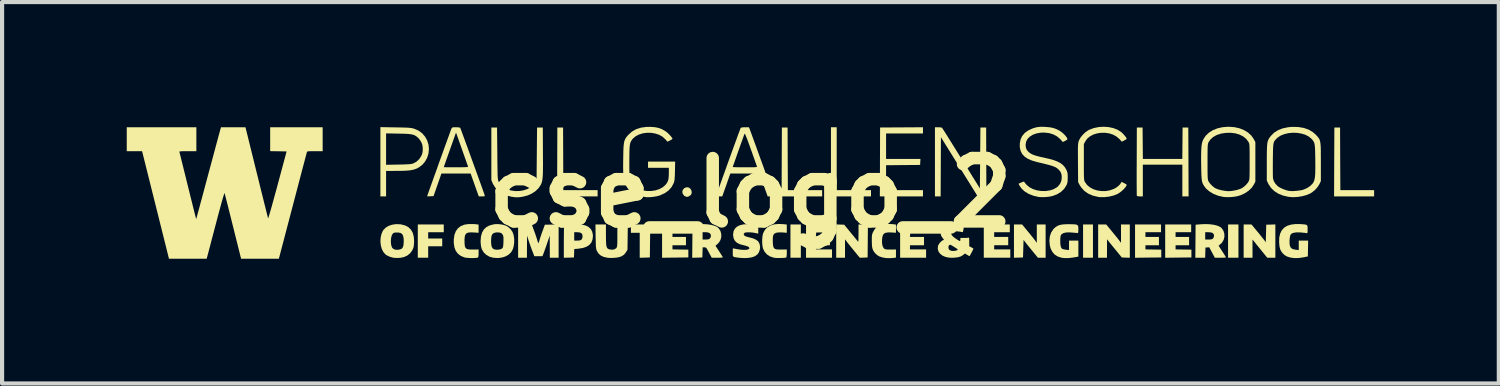
<source format=kicad_pcb>
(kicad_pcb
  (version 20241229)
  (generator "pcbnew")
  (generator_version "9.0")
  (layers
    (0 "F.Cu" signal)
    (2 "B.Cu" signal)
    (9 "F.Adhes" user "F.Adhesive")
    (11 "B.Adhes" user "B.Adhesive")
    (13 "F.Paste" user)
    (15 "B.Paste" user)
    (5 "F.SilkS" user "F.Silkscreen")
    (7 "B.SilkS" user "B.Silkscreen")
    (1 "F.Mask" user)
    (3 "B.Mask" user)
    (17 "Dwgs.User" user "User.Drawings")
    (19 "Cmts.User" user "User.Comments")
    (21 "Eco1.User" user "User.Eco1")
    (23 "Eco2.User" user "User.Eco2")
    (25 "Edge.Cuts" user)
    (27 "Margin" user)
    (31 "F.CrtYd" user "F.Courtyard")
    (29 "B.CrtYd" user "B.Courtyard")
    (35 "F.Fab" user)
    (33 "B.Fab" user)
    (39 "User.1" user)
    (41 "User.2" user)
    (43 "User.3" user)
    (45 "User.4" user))
  (footprint "cse_logo_2"
    (layer "F.Cu")
    (at 15.007 1.588)
    (property "Reference" "cse_logo_2" (at 0 0 0) (layer "F.SilkS") (effects (font (size 1.524 1.524) (thickness 0.3))))
    (attr board_only exclude_from_pos_files exclude_from_bom)
    (fp_poly (pts (xy 1.213 1.563) (xy 0.963 1.563) (xy 0.963 0.763) (xy 1.213 0.763)) (stroke (width 0) (type solid)) (fill yes) (layer "F.SilkS"))
    (fp_poly (pts (xy 8.242 1.563) (xy 8.004 1.563) (xy 8.004 0.763) (xy 8.242 0.763)) (stroke (width 0) (type solid)) (fill yes) (layer "F.SilkS"))
    (fp_poly (pts (xy 11.743 1.563) (xy 11.493 1.563) (xy 11.493 0.763) (xy 11.743 0.763)) (stroke (width 0) (type solid)) (fill yes) (layer "F.SilkS"))
    (fp_poly (pts (xy 2.076 -0.063) (xy 2.901 -0.063) (xy 2.901 0.088) (xy 1.938 0.088) (xy 1.938 -1.576) (xy 2.076 -1.576)) (stroke (width 0) (type solid)) (fill yes) (layer "F.SilkS"))
    (fp_poly (pts (xy 0.897 -0.816) (xy 0.901 -0.063) (xy 1.726 -0.063) (xy 1.726 0.088) (xy 0.75 0.088) (xy 0.753 -0.741) (xy 0.757 -1.57) (xy 0.894 -1.57)) (stroke (width 0) (type solid)) (fill yes) (layer "F.SilkS"))
    (fp_poly (pts (xy 14.191 -0.816) (xy 14.195 -0.063) (xy 15.007 -0.063) (xy 15.007 0.088) (xy 14.044 0.088) (xy 14.047 -0.741) (xy 14.051 -1.57) (xy 14.188 -1.57)) (stroke (width 0) (type solid)) (fill yes) (layer "F.SilkS"))
    (fp_poly (pts (xy -7.379 0.95) (xy -7.754 0.95) (xy -7.754 1.101) (xy -7.416 1.101) (xy -7.416 1.288) (xy -7.754 1.288) (xy -7.754 1.563) (xy -8.004 1.563) (xy -8.004 0.763) (xy -7.379 0.763)) (stroke (width 0) (type solid)) (fill yes) (layer "F.SilkS"))
    (fp_poly (pts (xy -2.204 0.86) (xy -2.207 0.957) (xy -2.31 0.96) (xy -2.413 0.964) (xy -2.42 1.557) (xy -2.542 1.561) (xy -2.664 1.564) (xy -2.664 0.963) (xy -2.876 0.963) (xy -2.876 0.763) (xy -2.2 0.763)) (stroke (width 0) (type solid)) (fill yes) (layer "F.SilkS"))
    (fp_poly (pts (xy 1.957 0.769) (xy 1.965 0.95) (xy 1.582 0.957) (xy 1.574 1.063) (xy 1.913 1.063) (xy 1.913 1.263) (xy 1.576 1.263) (xy 1.576 1.363) (xy 1.963 1.363) (xy 1.963 1.563) (xy 1.338 1.563) (xy 1.338 0.762)) (stroke (width 0) (type solid)) (fill yes) (layer "F.SilkS"))
    (fp_poly (pts (xy 4.221 0.769) (xy 4.228 0.95) (xy 3.846 0.957) (xy 3.838 1.063) (xy 4.177 1.063) (xy 4.177 1.263) (xy 3.839 1.263) (xy 3.839 1.363) (xy 4.227 1.363) (xy 4.227 1.563) (xy 3.602 1.563) (xy 3.602 0.762)) (stroke (width 0) (type solid)) (fill yes) (layer "F.SilkS"))
    (fp_poly (pts (xy 6.241 0.95) (xy 5.865 0.95) (xy 5.865 1.063) (xy 6.203 1.063) (xy 6.203 1.263) (xy 5.865 1.263) (xy 5.865 1.363) (xy 6.253 1.363) (xy 6.253 1.563) (xy 5.615 1.563) (xy 5.615 0.763) (xy 6.241 0.763)) (stroke (width 0) (type solid)) (fill yes) (layer "F.SilkS"))
    (fp_poly (pts (xy -1.501 0.95) (xy -1.876 0.95) (xy -1.876 1.063) (xy -1.551 1.063) (xy -1.551 1.263) (xy -1.876 1.263) (xy -1.876 1.363) (xy -1.494 1.369) (xy -1.494 1.557) (xy -1.81 1.56) (xy -2.126 1.564) (xy -2.126 0.763) (xy -1.501 0.763)) (stroke (width 0) (type solid)) (fill yes) (layer "F.SilkS"))
    (fp_poly (pts (xy 10.605 0.95) (xy 10.23 0.95) (xy 10.23 1.063) (xy 10.555 1.063) (xy 10.555 1.263) (xy 10.23 1.263) (xy 10.23 1.363) (xy 10.611 1.369) (xy 10.611 1.557) (xy 10.296 1.56) (xy 9.98 1.564) (xy 9.98 0.763) (xy 10.605 0.763)) (stroke (width 0) (type solid)) (fill yes) (layer "F.SilkS"))
    (fp_poly (pts (xy 9.88 0.95) (xy 9.505 0.95) (xy 9.505 1.063) (xy 9.83 1.063) (xy 9.83 1.263) (xy 9.505 1.263) (xy 9.505 1.363) (xy 9.695 1.366) (xy 9.886 1.369) (xy 9.886 1.557) (xy 9.57 1.56) (xy 9.255 1.564) (xy 9.255 0.763) (xy 9.88 0.763)) (stroke (width 0) (type solid)) (fill yes) (layer "F.SilkS"))
    (fp_poly (pts (xy 4.152 -1.426) (xy 3.264 -1.426) (xy 3.264 -0.813) (xy 4.091 -0.813) (xy 4.087 -0.741) (xy 4.083 -0.669) (xy 3.674 -0.666) (xy 3.264 -0.662) (xy 3.264 -0.063) (xy 4.152 -0.063) (xy 4.152 0.088) (xy 3.114 0.088) (xy 3.117 -0.741) (xy 3.12 -1.57) (xy 3.636 -1.573) (xy 4.152 -1.576)) (stroke (width 0) (type solid)) (fill yes) (layer "F.SilkS"))
    (fp_poly (pts (xy -1.481 -0.124) (xy -1.444 -0.097) (xy -1.42 -0.055) (xy -1.413 -0.012) (xy -1.418 0.026) (xy -1.438 0.055) (xy -1.452 0.068) (xy -1.499 0.095) (xy -1.545 0.098) (xy -1.589 0.075) (xy -1.602 0.063) (xy -1.632 0.019) (xy -1.639 -0.029) (xy -1.625 -0.074) (xy -1.589 -0.111) (xy -1.574 -0.119) (xy -1.526 -0.133)) (stroke (width 0) (type solid)) (fill yes) (layer "F.SilkS"))
    (fp_poly (pts (xy 12.631 1.563) (xy 12.436 1.563) (xy 12.362 1.473) (xy 12.324 1.426) (xy 12.276 1.367) (xy 12.226 1.305) (xy 12.184 1.254) (xy 12.081 1.125) (xy 12.081 1.563) (xy 11.868 1.563) (xy 11.868 0.763) (xy 12.056 0.763) (xy 12.204 0.941) (xy 12.253 1) (xy 12.297 1.056) (xy 12.335 1.103) (xy 12.362 1.138) (xy 12.376 1.156) (xy 12.4 1.193) (xy 12.412 0.769) (xy 12.522 0.766) (xy 12.631 0.762)) (stroke (width 0) (type solid)) (fill yes) (layer "F.SilkS"))
    (fp_poly (pts (xy 6.673 0.928) (xy 6.722 0.987) (xy 6.768 1.044) (xy 6.808 1.094) (xy 6.838 1.133) (xy 6.85 1.149) (xy 6.891 1.205) (xy 6.891 0.763) (xy 7.103 0.763) (xy 7.103 1.563) (xy 6.917 1.563) (xy 6.782 1.398) (xy 6.734 1.339) (xy 6.688 1.283) (xy 6.649 1.235) (xy 6.621 1.198) (xy 6.609 1.183) (xy 6.572 1.134) (xy 6.559 1.557) (xy 6.45 1.561) (xy 6.341 1.564) (xy 6.341 0.763) (xy 6.537 0.763)) (stroke (width 0) (type solid)) (fill yes) (layer "F.SilkS"))
    (fp_poly (pts (xy 8.692 0.922) (xy 8.74 0.981) (xy 8.787 1.038) (xy 8.828 1.089) (xy 8.859 1.129) (xy 8.87 1.143) (xy 8.917 1.205) (xy 8.917 0.763) (xy 9.129 0.763) (xy 9.129 1.564) (xy 9.033 1.561) (xy 8.936 1.557) (xy 8.786 1.374) (xy 8.737 1.314) (xy 8.691 1.258) (xy 8.652 1.21) (xy 8.623 1.174) (xy 8.608 1.155) (xy 8.581 1.119) (xy 8.579 1.563) (xy 8.367 1.563) (xy 8.367 0.763) (xy 8.561 0.763)) (stroke (width 0) (type solid)) (fill yes) (layer "F.SilkS"))
    (fp_poly (pts (xy -4.505 -0.816) (xy -4.502 -0.063) (xy -3.677 -0.063) (xy -3.677 0.088) (xy -4.159 0.088) (xy -4.287 0.087) (xy -4.393 0.087) (xy -4.477 0.086) (xy -4.542 0.084) (xy -4.59 0.082) (xy -4.622 0.079) (xy -4.64 0.076) (xy -4.647 0.072) (xy -4.648 0.057) (xy -4.648 0.019) (xy -4.649 -0.039) (xy -4.65 -0.116) (xy -4.65 -0.21) (xy -4.65 -0.318) (xy -4.65 -0.438) (xy -4.65 -0.569) (xy -4.649 -0.707) (xy -4.649 -0.757) (xy -4.646 -1.57) (xy -4.508 -1.57)) (stroke (width 0) (type solid)) (fill yes) (layer "F.SilkS"))
    (fp_poly (pts (xy 4.562 -1.574) (xy 4.596 -1.569) (xy 4.611 -1.562) (xy 4.619 -1.55) (xy 4.64 -1.518) (xy 4.672 -1.468) (xy 4.714 -1.402) (xy 4.764 -1.322) (xy 4.822 -1.229) (xy 4.886 -1.126) (xy 4.956 -1.014) (xy 5.03 -0.895) (xy 5.073 -0.827) (xy 5.521 -0.105) (xy 5.534 -1.57) (xy 5.672 -1.57) (xy 5.675 -0.741) (xy 5.678 0.088) (xy 5.469 0.088) (xy 5.026 -0.625) (xy 4.584 -1.337) (xy 4.577 0.088) (xy 4.44 0.088) (xy 4.44 -1.576) (xy 4.518 -1.576)) (stroke (width 0) (type solid)) (fill yes) (layer "F.SilkS"))
    (fp_poly (pts (xy 9.443 -0.813) (xy 10.392 -0.813) (xy 10.399 -1.57) (xy 10.536 -1.57) (xy 10.54 -0.741) (xy 10.543 0.088) (xy 10.393 0.088) (xy 10.393 -0.675) (xy 9.442 -0.675) (xy 9.442 0.088) (xy 9.373 0.088) (xy 9.327 0.085) (xy 9.302 0.077) (xy 9.298 0.072) (xy 9.297 0.057) (xy 9.296 0.019) (xy 9.295 -0.039) (xy 9.295 -0.116) (xy 9.294 -0.21) (xy 9.294 -0.318) (xy 9.294 -0.438) (xy 9.294 -0.569) (xy 9.295 -0.707) (xy 9.295 -0.757) (xy 9.298 -1.57) (xy 9.436 -1.57)) (stroke (width 0) (type solid)) (fill yes) (layer "F.SilkS"))
    (fp_poly (pts (xy 2.256 0.769) (xy 2.41 0.956) (xy 2.459 1.016) (xy 2.503 1.07) (xy 2.541 1.116) (xy 2.568 1.15) (xy 2.582 1.168) (xy 2.582 1.168) (xy 2.588 1.176) (xy 2.593 1.173) (xy 2.597 1.159) (xy 2.599 1.13) (xy 2.6 1.082) (xy 2.6 1.014) (xy 2.601 0.979) (xy 2.601 0.763) (xy 2.827 0.763) (xy 2.82 1.557) (xy 2.726 1.561) (xy 2.632 1.564) (xy 2.501 1.405) (xy 2.453 1.346) (xy 2.406 1.288) (xy 2.365 1.237) (xy 2.334 1.197) (xy 2.323 1.183) (xy 2.276 1.121) (xy 2.276 1.563) (xy 2.064 1.563) (xy 2.064 0.762)) (stroke (width 0) (type solid)) (fill yes) (layer "F.SilkS"))
    (fp_poly (pts (xy -4.615 1.563) (xy -4.827 1.563) (xy -4.828 1.298) (xy -4.829 1.032) (xy -4.889 1.207) (xy -4.912 1.276) (xy -4.936 1.343) (xy -4.957 1.402) (xy -4.973 1.446) (xy -4.976 1.454) (xy -5.004 1.526) (xy -5.2 1.526) (xy -5.247 1.404) (xy -5.274 1.334) (xy -5.302 1.254) (xy -5.328 1.178) (xy -5.335 1.157) (xy -5.375 1.032) (xy -5.377 1.298) (xy -5.378 1.563) (xy -5.59 1.563) (xy -5.59 0.762) (xy -5.425 0.766) (xy -5.259 0.769) (xy -5.206 0.913) (xy -5.182 0.978) (xy -5.16 1.043) (xy -5.141 1.1) (xy -5.131 1.135) (xy -5.119 1.175) (xy -5.109 1.203) (xy -5.103 1.213) (xy -5.096 1.202) (xy -5.085 1.173) (xy -5.074 1.135) (xy -5.061 1.091) (xy -5.041 1.032) (xy -5.019 0.966) (xy -4.999 0.913) (xy -4.946 0.769) (xy -4.78 0.766) (xy -4.615 0.762)) (stroke (width 0) (type solid)) (fill yes) (layer "F.SilkS"))
    (fp_poly (pts (xy -6.663 0.753) (xy -6.606 0.758) (xy -6.541 0.766) (xy -6.541 0.963) (xy -6.65 0.956) (xy -6.731 0.953) (xy -6.791 0.959) (xy -6.833 0.976) (xy -6.859 1.007) (xy -6.874 1.053) (xy -6.88 1.119) (xy -6.88 1.151) (xy -6.878 1.23) (xy -6.871 1.288) (xy -6.855 1.327) (xy -6.826 1.351) (xy -6.782 1.363) (xy -6.719 1.367) (xy -6.669 1.367) (xy -6.541 1.365) (xy -6.541 1.457) (xy -6.542 1.504) (xy -6.547 1.539) (xy -6.553 1.557) (xy -6.554 1.558) (xy -6.579 1.565) (xy -6.622 1.569) (xy -6.677 1.571) (xy -6.737 1.571) (xy -6.795 1.568) (xy -6.846 1.563) (xy -6.878 1.557) (xy -6.967 1.521) (xy -7.038 1.468) (xy -7.09 1.399) (xy -7.123 1.313) (xy -7.138 1.21) (xy -7.138 1.119) (xy -7.122 1.013) (xy -7.089 0.926) (xy -7.039 0.856) (xy -6.972 0.804) (xy -6.887 0.769) (xy -6.784 0.753)) (stroke (width 0) (type solid)) (fill yes) (layer "F.SilkS"))
    (fp_poly (pts (xy 11.066 0.759) (xy 11.162 0.773) (xy 11.243 0.795) (xy 11.306 0.825) (xy 11.339 0.852) (xy 11.382 0.915) (xy 11.403 0.986) (xy 11.405 1.06) (xy 11.387 1.132) (xy 11.35 1.196) (xy 11.322 1.225) (xy 11.265 1.275) (xy 11.354 1.412) (xy 11.387 1.463) (xy 11.415 1.507) (xy 11.434 1.539) (xy 11.443 1.555) (xy 11.443 1.556) (xy 11.431 1.559) (xy 11.4 1.561) (xy 11.354 1.563) (xy 11.308 1.563) (xy 11.174 1.563) (xy 11.04 1.312) (xy 10.949 1.319) (xy 10.942 1.563) (xy 10.705 1.563) (xy 10.709 1.126) (xy 10.943 1.126) (xy 11.024 1.126) (xy 11.073 1.124) (xy 11.105 1.117) (xy 11.126 1.104) (xy 11.13 1.101) (xy 11.149 1.069) (xy 11.155 1.038) (xy 11.148 0.997) (xy 11.123 0.969) (xy 11.079 0.954) (xy 11.024 0.95) (xy 10.943 0.95) (xy 10.943 1.126) (xy 10.709 1.126) (xy 10.712 0.769) (xy 10.843 0.758) (xy 10.958 0.754)) (stroke (width 0) (type solid)) (fill yes) (layer "F.SilkS"))
    (fp_poly (pts (xy -4.165 0.759) (xy -4.084 0.764) (xy -4.018 0.774) (xy -3.964 0.789) (xy -3.916 0.811) (xy -3.889 0.828) (xy -3.84 0.875) (xy -3.807 0.938) (xy -3.791 1.014) (xy -3.79 1.044) (xy -3.8 1.129) (xy -3.829 1.2) (xy -3.878 1.257) (xy -3.947 1.3) (xy -4.037 1.33) (xy -4.148 1.347) (xy -4.239 1.354) (xy -4.246 1.557) (xy -4.368 1.561) (xy -4.49 1.564) (xy -4.49 1.171) (xy -4.49 1.151) (xy -4.24 1.151) (xy -4.165 1.151) (xy -4.116 1.148) (xy -4.085 1.14) (xy -4.064 1.126) (xy -4.044 1.087) (xy -4.039 1.051) (xy -4.046 1.003) (xy -4.067 0.973) (xy -4.105 0.956) (xy -4.164 0.95) (xy -4.24 0.95) (xy -4.24 1.151) (xy -4.49 1.151) (xy -4.489 1.048) (xy -4.488 0.949) (xy -4.487 0.872) (xy -4.484 0.818) (xy -4.481 0.784) (xy -4.476 0.769) (xy -4.476 0.768) (xy -4.459 0.765) (xy -4.422 0.762) (xy -4.369 0.76) (xy -4.305 0.759) (xy -4.266 0.758)) (stroke (width 0) (type solid)) (fill yes) (layer "F.SilkS"))
    (fp_poly (pts (xy -3.477 1.013) (xy -3.476 1.113) (xy -3.474 1.19) (xy -3.47 1.249) (xy -3.463 1.292) (xy -3.452 1.321) (xy -3.437 1.341) (xy -3.417 1.354) (xy -3.391 1.363) (xy -3.39 1.363) (xy -3.328 1.371) (xy -3.274 1.362) (xy -3.232 1.336) (xy -3.226 1.329) (xy -3.218 1.317) (xy -3.212 1.302) (xy -3.208 1.281) (xy -3.205 1.25) (xy -3.203 1.206) (xy -3.202 1.145) (xy -3.202 1.064) (xy -3.202 1.03) (xy -3.202 0.763) (xy -2.95 0.763) (xy -2.958 1.369) (xy -2.992 1.428) (xy -3.039 1.488) (xy -3.101 1.529) (xy -3.158 1.549) (xy -3.229 1.562) (xy -3.312 1.568) (xy -3.393 1.568) (xy -3.439 1.564) (xy -3.53 1.544) (xy -3.6 1.511) (xy -3.654 1.464) (xy -3.694 1.401) (xy -3.694 1.401) (xy -3.702 1.381) (xy -3.709 1.359) (xy -3.714 1.332) (xy -3.718 1.296) (xy -3.72 1.247) (xy -3.722 1.182) (xy -3.724 1.098) (xy -3.725 1.054) (xy -3.729 0.763) (xy -3.477 0.763)) (stroke (width 0) (type solid)) (fill yes) (layer "F.SilkS"))
    (fp_poly (pts (xy 3.391 0.753) (xy 3.444 0.758) (xy 3.502 0.766) (xy 3.502 0.963) (xy 3.399 0.956) (xy 3.318 0.954) (xy 3.259 0.962) (xy 3.217 0.981) (xy 3.19 1.016) (xy 3.174 1.066) (xy 3.167 1.128) (xy 3.167 1.215) (xy 3.18 1.283) (xy 3.204 1.331) (xy 3.223 1.348) (xy 3.245 1.358) (xy 3.274 1.365) (xy 3.316 1.367) (xy 3.377 1.367) (xy 3.379 1.367) (xy 3.502 1.365) (xy 3.502 1.56) (xy 3.444 1.568) (xy 3.352 1.574) (xy 3.26 1.571) (xy 3.183 1.558) (xy 3.109 1.535) (xy 3.052 1.503) (xy 3.004 1.458) (xy 3.003 1.457) (xy 2.971 1.417) (xy 2.949 1.379) (xy 2.934 1.336) (xy 2.925 1.284) (xy 2.922 1.216) (xy 2.921 1.163) (xy 2.921 1.097) (xy 2.922 1.049) (xy 2.926 1.014) (xy 2.934 0.985) (xy 2.945 0.956) (xy 2.956 0.935) (xy 2.982 0.89) (xy 3.012 0.851) (xy 3.033 0.83) (xy 3.102 0.792) (xy 3.187 0.766) (xy 3.285 0.752)) (stroke (width 0) (type solid)) (fill yes) (layer "F.SilkS"))
    (fp_poly (pts (xy 0.792 0.756) (xy 0.875 0.765) (xy 0.875 0.963) (xy 0.766 0.955) (xy 0.682 0.954) (xy 0.619 0.963) (xy 0.576 0.984) (xy 0.551 1.017) (xy 0.55 1.019) (xy 0.542 1.055) (xy 0.538 1.106) (xy 0.538 1.165) (xy 0.54 1.223) (xy 0.546 1.274) (xy 0.555 1.309) (xy 0.556 1.313) (xy 0.572 1.336) (xy 0.593 1.352) (xy 0.623 1.362) (xy 0.669 1.366) (xy 0.733 1.367) (xy 0.753 1.367) (xy 0.875 1.365) (xy 0.875 1.457) (xy 0.874 1.503) (xy 0.869 1.538) (xy 0.863 1.557) (xy 0.862 1.557) (xy 0.841 1.563) (xy 0.802 1.567) (xy 0.751 1.569) (xy 0.695 1.57) (xy 0.64 1.57) (xy 0.594 1.567) (xy 0.565 1.563) (xy 0.473 1.533) (xy 0.398 1.485) (xy 0.341 1.42) (xy 0.304 1.345) (xy 0.29 1.281) (xy 0.283 1.204) (xy 0.283 1.121) (xy 0.29 1.043) (xy 0.304 0.979) (xy 0.305 0.977) (xy 0.345 0.898) (xy 0.402 0.835) (xy 0.478 0.79) (xy 0.57 0.761) (xy 0.68 0.751)) (stroke (width 0) (type solid)) (fill yes) (layer "F.SilkS"))
    (fp_poly (pts (xy -1.04 0.759) (xy -0.944 0.773) (xy -0.863 0.795) (xy -0.799 0.825) (xy -0.767 0.852) (xy -0.724 0.915) (xy -0.703 0.986) (xy -0.701 1.06) (xy -0.719 1.132) (xy -0.756 1.196) (xy -0.784 1.225) (xy -0.841 1.276) (xy -0.752 1.411) (xy -0.719 1.462) (xy -0.691 1.506) (xy -0.672 1.538) (xy -0.663 1.554) (xy -0.663 1.554) (xy -0.674 1.558) (xy -0.706 1.561) (xy -0.752 1.563) (xy -0.798 1.563) (xy -0.932 1.563) (xy -0.999 1.438) (xy -1.028 1.384) (xy -1.048 1.348) (xy -1.064 1.327) (xy -1.079 1.317) (xy -1.095 1.313) (xy -1.107 1.313) (xy -1.15 1.313) (xy -1.153 1.435) (xy -1.157 1.557) (xy -1.279 1.561) (xy -1.401 1.564) (xy -1.397 1.126) (xy -1.151 1.126) (xy -1.076 1.126) (xy -1.027 1.123) (xy -0.996 1.115) (xy -0.975 1.101) (xy -0.957 1.069) (xy -0.95 1.038) (xy -0.959 0.996) (xy -0.986 0.968) (xy -1.032 0.953) (xy -1.076 0.95) (xy -1.151 0.95) (xy -1.151 1.126) (xy -1.397 1.126) (xy -1.394 0.769) (xy -1.263 0.758) (xy -1.147 0.754)) (stroke (width 0) (type solid)) (fill yes) (layer "F.SilkS"))
    (fp_poly (pts (xy 7.746 0.758) (xy 7.805 0.761) (xy 7.845 0.767) (xy 7.87 0.78) (xy 7.884 0.799) (xy 7.89 0.828) (xy 7.891 0.868) (xy 7.891 0.875) (xy 7.89 0.919) (xy 7.887 0.952) (xy 7.882 0.966) (xy 7.882 0.967) (xy 7.866 0.968) (xy 7.832 0.966) (xy 7.784 0.962) (xy 7.758 0.959) (xy 7.663 0.953) (xy 7.589 0.957) (xy 7.533 0.971) (xy 7.494 0.994) (xy 7.477 1.01) (xy 7.467 1.028) (xy 7.461 1.054) (xy 7.457 1.095) (xy 7.455 1.133) (xy 7.456 1.218) (xy 7.465 1.284) (xy 7.482 1.33) (xy 7.503 1.35) (xy 7.528 1.359) (xy 7.568 1.367) (xy 7.596 1.371) (xy 7.666 1.379) (xy 7.666 1.151) (xy 7.891 1.151) (xy 7.891 1.536) (xy 7.782 1.556) (xy 7.655 1.572) (xy 7.543 1.571) (xy 7.48 1.562) (xy 7.392 1.533) (xy 7.318 1.485) (xy 7.261 1.418) (xy 7.221 1.334) (xy 7.203 1.261) (xy 7.194 1.15) (xy 7.205 1.049) (xy 7.236 0.958) (xy 7.285 0.882) (xy 7.303 0.862) (xy 7.346 0.824) (xy 7.391 0.796) (xy 7.442 0.776) (xy 7.504 0.764) (xy 7.581 0.758) (xy 7.666 0.757)) (stroke (width 0) (type solid)) (fill yes) (layer "F.SilkS"))
    (fp_poly (pts (xy 13.229 0.754) (xy 13.299 0.759) (xy 13.347 0.764) (xy 13.379 0.772) (xy 13.396 0.785) (xy 13.404 0.807) (xy 13.407 0.841) (xy 13.407 0.878) (xy 13.406 0.928) (xy 13.404 0.957) (xy 13.399 0.971) (xy 13.39 0.973) (xy 13.378 0.971) (xy 13.354 0.967) (xy 13.311 0.962) (xy 13.259 0.957) (xy 13.238 0.955) (xy 13.145 0.953) (xy 13.075 0.962) (xy 13.025 0.981) (xy 12.999 1.006) (xy 12.986 1.04) (xy 12.977 1.09) (xy 12.972 1.148) (xy 12.972 1.207) (xy 12.977 1.258) (xy 12.98 1.273) (xy 12.998 1.315) (xy 13.026 1.344) (xy 13.069 1.361) (xy 13.122 1.371) (xy 13.194 1.379) (xy 13.194 1.151) (xy 13.42 1.151) (xy 13.413 1.532) (xy 13.313 1.553) (xy 13.2 1.57) (xy 13.093 1.572) (xy 13 1.561) (xy 12.988 1.558) (xy 12.914 1.535) (xy 12.857 1.503) (xy 12.809 1.458) (xy 12.808 1.457) (xy 12.772 1.41) (xy 12.748 1.36) (xy 12.732 1.3) (xy 12.724 1.224) (xy 12.722 1.2) (xy 12.724 1.085) (xy 12.745 0.987) (xy 12.783 0.907) (xy 12.84 0.843) (xy 12.915 0.796) (xy 13.009 0.766) (xy 13.121 0.753)) (stroke (width 0) (type solid)) (fill yes) (layer "F.SilkS"))
    (fp_poly (pts (xy -6.09 -0.944) (xy -6.089 -0.803) (xy -6.088 -0.685) (xy -6.086 -0.587) (xy -6.085 -0.508) (xy -6.084 -0.444) (xy -6.082 -0.395) (xy -6.079 -0.357) (xy -6.076 -0.328) (xy -6.073 -0.307) (xy -6.068 -0.29) (xy -6.063 -0.276) (xy -6.057 -0.263) (xy -6.055 -0.26) (xy -6.007 -0.19) (xy -5.94 -0.131) (xy -5.857 -0.086) (xy -5.763 -0.055) (xy -5.66 -0.04) (xy -5.553 -0.042) (xy -5.468 -0.056) (xy -5.366 -0.089) (xy -5.283 -0.135) (xy -5.218 -0.195) (xy -5.18 -0.248) (xy -5.146 -0.306) (xy -5.14 -0.938) (xy -5.134 -1.57) (xy -4.996 -1.57) (xy -4.993 -0.982) (xy -4.992 -0.832) (xy -4.991 -0.705) (xy -4.992 -0.599) (xy -4.993 -0.511) (xy -4.995 -0.438) (xy -4.999 -0.379) (xy -5.004 -0.331) (xy -5.01 -0.291) (xy -5.018 -0.258) (xy -5.027 -0.23) (xy -5.039 -0.203) (xy -5.047 -0.186) (xy -5.1 -0.108) (xy -5.173 -0.038) (xy -5.263 0.021) (xy -5.365 0.066) (xy -5.472 0.094) (xy -5.548 0.106) (xy -5.612 0.11) (xy -5.675 0.107) (xy -5.748 0.096) (xy -5.764 0.093) (xy -5.875 0.063) (xy -5.977 0.015) (xy -6.066 -0.048) (xy -6.14 -0.124) (xy -6.194 -0.21) (xy -6.205 -0.234) (xy -6.234 -0.306) (xy -6.234 -1.57) (xy -6.097 -1.57)) (stroke (width 0) (type solid)) (fill yes) (layer "F.SilkS"))
    (fp_poly (pts (xy -8.428 0.759) (xy -8.405 0.762) (xy -8.308 0.787) (xy -8.229 0.829) (xy -8.168 0.889) (xy -8.125 0.965) (xy -8.1 1.059) (xy -8.093 1.17) (xy -8.094 1.195) (xy -8.098 1.256) (xy -8.104 1.302) (xy -8.116 1.34) (xy -8.135 1.381) (xy -8.136 1.384) (xy -8.186 1.454) (xy -8.253 1.509) (xy -8.335 1.547) (xy -8.431 1.567) (xy -8.537 1.569) (xy -8.594 1.563) (xy -8.679 1.54) (xy -8.755 1.503) (xy -8.787 1.479) (xy -8.835 1.423) (xy -8.871 1.349) (xy -8.894 1.265) (xy -8.903 1.174) (xy -8.902 1.154) (xy -8.652 1.154) (xy -8.65 1.22) (xy -8.639 1.28) (xy -8.619 1.325) (xy -8.615 1.331) (xy -8.578 1.359) (xy -8.526 1.373) (xy -8.465 1.371) (xy -8.417 1.359) (xy -8.383 1.34) (xy -8.361 1.307) (xy -8.348 1.257) (xy -8.343 1.187) (xy -8.342 1.176) (xy -8.345 1.095) (xy -8.358 1.035) (xy -8.38 0.994) (xy -8.416 0.969) (xy -8.466 0.958) (xy -8.5 0.957) (xy -8.546 0.958) (xy -8.575 0.963) (xy -8.595 0.974) (xy -8.61 0.99) (xy -8.632 1.031) (xy -8.646 1.088) (xy -8.652 1.154) (xy -8.902 1.154) (xy -8.898 1.083) (xy -8.879 0.995) (xy -8.846 0.918) (xy -8.83 0.894) (xy -8.777 0.84) (xy -8.706 0.797) (xy -8.621 0.769) (xy -8.527 0.755)) (stroke (width 0) (type solid)) (fill yes) (layer "F.SilkS"))
    (fp_poly (pts (xy -5.997 0.762) (xy -5.924 0.778) (xy -5.866 0.8) (xy -5.813 0.837) (xy -5.762 0.888) (xy -5.725 0.943) (xy -5.724 0.945) (xy -5.697 1.021) (xy -5.684 1.11) (xy -5.685 1.205) (xy -5.699 1.299) (xy -5.717 1.358) (xy -5.756 1.429) (xy -5.815 1.487) (xy -5.89 1.531) (xy -5.978 1.559) (xy -6.077 1.571) (xy -6.183 1.564) (xy -6.187 1.564) (xy -6.278 1.539) (xy -6.356 1.495) (xy -6.419 1.435) (xy -6.462 1.361) (xy -6.473 1.329) (xy -6.483 1.282) (xy -6.49 1.223) (xy -6.493 1.164) (xy -6.493 1.163) (xy -6.241 1.163) (xy -6.237 1.241) (xy -6.226 1.297) (xy -6.205 1.335) (xy -6.175 1.358) (xy -6.163 1.362) (xy -6.113 1.371) (xy -6.059 1.369) (xy -6.01 1.359) (xy -5.975 1.341) (xy -5.972 1.338) (xy -5.961 1.323) (xy -5.953 1.303) (xy -5.948 1.273) (xy -5.945 1.226) (xy -5.943 1.178) (xy -5.942 1.116) (xy -5.943 1.073) (xy -5.947 1.043) (xy -5.956 1.02) (xy -5.964 1.004) (xy -5.986 0.977) (xy -6.015 0.963) (xy -6.047 0.956) (xy -6.107 0.954) (xy -6.155 0.962) (xy -6.191 0.979) (xy -6.217 1.008) (xy -6.232 1.051) (xy -6.239 1.112) (xy -6.241 1.163) (xy -6.493 1.163) (xy -6.484 1.052) (xy -6.458 0.96) (xy -6.415 0.884) (xy -6.353 0.826) (xy -6.273 0.785) (xy -6.175 0.76) (xy -6.145 0.756) (xy -6.074 0.754)) (stroke (width 0) (type solid)) (fill yes) (layer "F.SilkS"))
    (fp_poly (pts (xy -8.539 -1.573) (xy -8.431 -1.571) (xy -8.345 -1.569) (xy -8.277 -1.567) (xy -8.225 -1.564) (xy -8.184 -1.56) (xy -8.151 -1.556) (xy -8.123 -1.55) (xy -8.097 -1.542) (xy -8.091 -1.54) (xy -7.986 -1.495) (xy -7.899 -1.431) (xy -7.828 -1.349) (xy -7.779 -1.26) (xy -7.746 -1.157) (xy -7.736 -1.052) (xy -7.746 -0.947) (xy -7.776 -0.848) (xy -7.825 -0.756) (xy -7.891 -0.677) (xy -7.973 -0.613) (xy -8.02 -0.587) (xy -8.067 -0.568) (xy -8.117 -0.553) (xy -8.175 -0.542) (xy -8.243 -0.534) (xy -8.326 -0.529) (xy -8.428 -0.526) (xy -8.52 -0.526) (xy -8.767 -0.525) (xy -8.767 0.088) (xy -8.904 0.088) (xy -8.904 -1.428) (xy -8.767 -1.428) (xy -8.767 -0.673) (xy -8.47 -0.678) (xy -8.37 -0.68) (xy -8.292 -0.683) (xy -8.232 -0.686) (xy -8.187 -0.689) (xy -8.153 -0.694) (xy -8.127 -0.701) (xy -8.115 -0.705) (xy -8.036 -0.747) (xy -7.97 -0.809) (xy -7.92 -0.885) (xy -7.9 -0.931) (xy -7.89 -0.973) (xy -7.885 -1.023) (xy -7.885 -1.051) (xy -7.887 -1.108) (xy -7.895 -1.152) (xy -7.91 -1.195) (xy -7.92 -1.216) (xy -7.948 -1.263) (xy -7.983 -1.308) (xy -8.006 -1.331) (xy -8.037 -1.356) (xy -8.068 -1.376) (xy -8.101 -1.391) (xy -8.14 -1.402) (xy -8.189 -1.41) (xy -8.251 -1.416) (xy -8.329 -1.42) (xy -8.428 -1.422) (xy -8.47 -1.423) (xy -8.767 -1.428) (xy -8.904 -1.428) (xy -8.904 -1.579)) (stroke (width 0) (type solid)) (fill yes) (layer "F.SilkS"))
    (fp_poly (pts (xy 0.034 0.763) (xy 0.088 0.77) (xy 0.133 0.777) (xy 0.163 0.782) (xy 0.171 0.784) (xy 0.18 0.797) (xy 0.186 0.828) (xy 0.188 0.88) (xy 0.188 0.887) (xy 0.188 0.984) (xy 0.109 0.967) (xy 0.046 0.957) (xy -0.018 0.952) (xy -0.076 0.952) (xy -0.12 0.957) (xy -0.138 0.963) (xy -0.159 0.985) (xy -0.159 1.012) (xy -0.138 1.036) (xy -0.128 1.043) (xy -0.097 1.055) (xy -0.052 1.068) (xy -0.019 1.076) (xy 0.061 1.097) (xy 0.127 1.126) (xy 0.175 1.159) (xy 0.188 1.172) (xy 0.22 1.233) (xy 0.233 1.304) (xy 0.226 1.368) (xy 0.202 1.437) (xy 0.163 1.489) (xy 0.105 1.528) (xy 0.092 1.534) (xy 0.028 1.555) (xy -0.054 1.568) (xy -0.147 1.572) (xy -0.245 1.567) (xy -0.281 1.563) (xy -0.343 1.555) (xy -0.384 1.547) (xy -0.408 1.538) (xy -0.421 1.522) (xy -0.425 1.496) (xy -0.425 1.457) (xy -0.425 1.438) (xy -0.425 1.392) (xy -0.424 1.357) (xy -0.423 1.339) (xy -0.422 1.338) (xy -0.409 1.34) (xy -0.378 1.346) (xy -0.334 1.354) (xy -0.321 1.357) (xy -0.235 1.37) (xy -0.16 1.375) (xy -0.099 1.373) (xy -0.054 1.363) (xy -0.029 1.346) (xy -0.025 1.332) (xy -0.037 1.308) (xy -0.074 1.288) (xy -0.133 1.27) (xy -0.162 1.263) (xy -0.255 1.239) (xy -0.325 1.203) (xy -0.375 1.155) (xy -0.405 1.094) (xy -0.417 1.019) (xy -0.417 1.006) (xy -0.407 0.93) (xy -0.376 0.867) (xy -0.325 0.817) (xy -0.255 0.782) (xy -0.168 0.761) (xy -0.065 0.755)) (stroke (width 0) (type solid)) (fill yes) (layer "F.SilkS"))
    (fp_poly (pts (xy 8.619 -1.58) (xy 8.731 -1.556) (xy 8.833 -1.517) (xy 8.919 -1.463) (xy 8.935 -1.449) (xy 8.967 -1.418) (xy 9 -1.381) (xy 9.029 -1.345) (xy 9.048 -1.315) (xy 9.054 -1.299) (xy 9.044 -1.288) (xy 9.018 -1.271) (xy 8.996 -1.259) (xy 8.937 -1.229) (xy 8.877 -1.294) (xy 8.807 -1.354) (xy 8.724 -1.399) (xy 8.632 -1.429) (xy 8.535 -1.443) (xy 8.436 -1.443) (xy 8.34 -1.428) (xy 8.25 -1.4) (xy 8.17 -1.357) (xy 8.103 -1.301) (xy 8.055 -1.232) (xy 8.023 -1.17) (xy 8.023 -0.738) (xy 8.023 -0.623) (xy 8.023 -0.529) (xy 8.024 -0.456) (xy 8.025 -0.399) (xy 8.027 -0.356) (xy 8.029 -0.324) (xy 8.033 -0.301) (xy 8.037 -0.283) (xy 8.044 -0.268) (xy 8.05 -0.256) (xy 8.102 -0.185) (xy 8.171 -0.128) (xy 8.255 -0.084) (xy 8.349 -0.054) (xy 8.449 -0.04) (xy 8.552 -0.041) (xy 8.652 -0.059) (xy 8.748 -0.094) (xy 8.802 -0.124) (xy 8.844 -0.156) (xy 8.882 -0.19) (xy 8.903 -0.217) (xy 8.931 -0.262) (xy 8.993 -0.231) (xy 9.027 -0.213) (xy 9.049 -0.198) (xy 9.054 -0.193) (xy 9.045 -0.164) (xy 9.018 -0.126) (xy 8.98 -0.083) (xy 8.933 -0.04) (xy 8.884 -0.002) (xy 8.835 0.028) (xy 8.833 0.029) (xy 8.741 0.066) (xy 8.635 0.092) (xy 8.525 0.105) (xy 8.418 0.106) (xy 8.367 0.1) (xy 8.238 0.069) (xy 8.127 0.021) (xy 8.034 -0.045) (xy 7.959 -0.128) (xy 7.919 -0.191) (xy 7.885 -0.256) (xy 7.881 -0.72) (xy 7.881 -0.84) (xy 7.88 -0.938) (xy 7.88 -1.017) (xy 7.88 -1.079) (xy 7.882 -1.126) (xy 7.884 -1.163) (xy 7.887 -1.191) (xy 7.891 -1.214) (xy 7.897 -1.233) (xy 7.903 -1.253) (xy 7.905 -1.258) (xy 7.94 -1.324) (xy 7.992 -1.39) (xy 8.056 -1.452) (xy 8.125 -1.501) (xy 8.156 -1.517) (xy 8.265 -1.557) (xy 8.382 -1.581) (xy 8.501 -1.588)) (stroke (width 0) (type solid)) (fill yes) (layer "F.SilkS"))
    (fp_poly (pts (xy -7.028 -1.574) (xy -6.993 -1.567) (xy -6.982 -1.56) (xy -6.977 -1.546) (xy -6.963 -1.511) (xy -6.943 -1.457) (xy -6.917 -1.386) (xy -6.886 -1.302) (xy -6.851 -1.205) (xy -6.812 -1.1) (xy -6.771 -0.987) (xy -6.728 -0.869) (xy -6.685 -0.749) (xy -6.641 -0.629) (xy -6.599 -0.512) (xy -6.558 -0.399) (xy -6.52 -0.293) (xy -6.485 -0.197) (xy -6.455 -0.113) (xy -6.43 -0.042) (xy -6.411 0.011) (xy -6.399 0.046) (xy -6.395 0.059) (xy -6.393 0.075) (xy -6.399 0.083) (xy -6.42 0.087) (xy -6.461 0.088) (xy -6.537 0.088) (xy -6.635 -0.188) (xy -6.733 -0.463) (xy -7.084 -0.463) (xy -7.435 -0.463) (xy -7.53 -0.191) (xy -7.625 0.081) (xy -7.702 0.085) (xy -7.742 0.086) (xy -7.77 0.086) (xy -7.779 0.084) (xy -7.775 0.071) (xy -7.763 0.037) (xy -7.744 -0.016) (xy -7.72 -0.085) (xy -7.69 -0.169) (xy -7.656 -0.264) (xy -7.619 -0.369) (xy -7.578 -0.481) (xy -7.536 -0.598) (xy -7.53 -0.616) (xy -7.379 -0.616) (xy -7.367 -0.615) (xy -7.333 -0.614) (xy -7.282 -0.614) (xy -7.215 -0.613) (xy -7.138 -0.613) (xy -7.083 -0.613) (xy -6.986 -0.613) (xy -6.912 -0.614) (xy -6.858 -0.616) (xy -6.822 -0.618) (xy -6.801 -0.622) (xy -6.794 -0.627) (xy -6.794 -0.628) (xy -6.799 -0.644) (xy -6.812 -0.679) (xy -6.831 -0.733) (xy -6.855 -0.802) (xy -6.884 -0.883) (xy -6.916 -0.973) (xy -6.942 -1.047) (xy -7.084 -1.449) (xy -7.231 -1.035) (xy -7.266 -0.938) (xy -7.297 -0.85) (xy -7.325 -0.771) (xy -7.347 -0.706) (xy -7.365 -0.657) (xy -7.375 -0.626) (xy -7.379 -0.616) (xy -7.53 -0.616) (xy -7.494 -0.718) (xy -7.451 -0.837) (xy -7.408 -0.955) (xy -7.368 -1.068) (xy -7.329 -1.174) (xy -7.294 -1.271) (xy -7.263 -1.356) (xy -7.237 -1.428) (xy -7.217 -1.483) (xy -7.204 -1.52) (xy -7.197 -1.535) (xy -7.187 -1.556) (xy -7.175 -1.568) (xy -7.156 -1.574) (xy -7.122 -1.576) (xy -7.086 -1.576)) (stroke (width 0) (type solid)) (fill yes) (layer "F.SilkS"))
    (fp_poly (pts (xy -2.294 -1.577) (xy -2.209 -1.559) (xy -2.131 -1.53) (xy -2.054 -1.487) (xy -2.039 -1.477) (xy -2.004 -1.45) (xy -1.966 -1.415) (xy -1.93 -1.377) (xy -1.899 -1.34) (xy -1.88 -1.311) (xy -1.876 -1.298) (xy -1.886 -1.287) (xy -1.912 -1.271) (xy -1.936 -1.258) (xy -1.996 -1.228) (xy -2.049 -1.288) (xy -2.116 -1.349) (xy -2.198 -1.395) (xy -2.291 -1.425) (xy -2.39 -1.442) (xy -2.491 -1.443) (xy -2.589 -1.43) (xy -2.682 -1.401) (xy -2.763 -1.359) (xy -2.83 -1.301) (xy -2.845 -1.283) (xy -2.863 -1.257) (xy -2.878 -1.231) (xy -2.89 -1.201) (xy -2.899 -1.165) (xy -2.905 -1.12) (xy -2.909 -1.063) (xy -2.912 -0.99) (xy -2.913 -0.899) (xy -2.914 -0.787) (xy -2.914 -0.744) (xy -2.914 -0.624) (xy -2.913 -0.525) (xy -2.91 -0.445) (xy -2.906 -0.382) (xy -2.9 -0.332) (xy -2.891 -0.292) (xy -2.88 -0.26) (xy -2.865 -0.233) (xy -2.846 -0.207) (xy -2.834 -0.193) (xy -2.767 -0.132) (xy -2.684 -0.087) (xy -2.589 -0.057) (xy -2.489 -0.042) (xy -2.386 -0.042) (xy -2.285 -0.057) (xy -2.191 -0.088) (xy -2.107 -0.134) (xy -2.046 -0.188) (xy -2.012 -0.231) (xy -1.988 -0.275) (xy -1.973 -0.326) (xy -1.966 -0.389) (xy -1.963 -0.47) (xy -1.963 -0.474) (xy -1.963 -0.6) (xy -2.464 -0.6) (xy -2.464 -0.75) (xy -1.811 -0.75) (xy -1.816 -0.522) (xy -1.818 -0.437) (xy -1.821 -0.373) (xy -1.825 -0.324) (xy -1.83 -0.287) (xy -1.837 -0.257) (xy -1.847 -0.23) (xy -1.848 -0.228) (xy -1.898 -0.135) (xy -1.969 -0.055) (xy -2.061 0.01) (xy -2.172 0.061) (xy -2.191 0.068) (xy -2.255 0.085) (xy -2.332 0.098) (xy -2.41 0.106) (xy -2.482 0.108) (xy -2.532 0.104) (xy -2.658 0.076) (xy -2.77 0.032) (xy -2.866 -0.026) (xy -2.944 -0.096) (xy -3 -0.176) (xy -3.011 -0.197) (xy -3.026 -0.235) (xy -3.038 -0.276) (xy -3.048 -0.324) (xy -3.055 -0.381) (xy -3.059 -0.451) (xy -3.062 -0.536) (xy -3.063 -0.639) (xy -3.062 -0.763) (xy -3.061 -0.813) (xy -3.059 -0.932) (xy -3.057 -1.03) (xy -3.053 -1.109) (xy -3.046 -1.173) (xy -3.038 -1.224) (xy -3.025 -1.265) (xy -3.009 -1.301) (xy -2.988 -1.334) (xy -2.962 -1.367) (xy -2.937 -1.394) (xy -2.851 -1.471) (xy -2.751 -1.529) (xy -2.636 -1.566) (xy -2.507 -1.584) (xy -2.396 -1.585)) (stroke (width 0) (type solid)) (fill yes) (layer "F.SilkS"))
    (fp_poly (pts (xy 4.915 0.758) (xy 4.976 0.76) (xy 5.032 0.764) (xy 5.075 0.768) (xy 5.096 0.772) (xy 5.117 0.782) (xy 5.128 0.797) (xy 5.132 0.824) (xy 5.128 0.867) (xy 5.121 0.911) (xy 5.113 0.939) (xy 5.101 0.948) (xy 5.086 0.945) (xy 5.047 0.937) (xy 4.997 0.931) (xy 4.945 0.928) (xy 4.898 0.929) (xy 4.862 0.932) (xy 4.846 0.938) (xy 4.829 0.966) (xy 4.834 1.001) (xy 4.861 1.04) (xy 4.868 1.047) (xy 4.897 1.072) (xy 4.935 1.1) (xy 4.975 1.127) (xy 5.011 1.149) (xy 5.036 1.162) (xy 5.042 1.163) (xy 5.049 1.152) (xy 5.052 1.126) (xy 5.052 1.088) (xy 5.139 1.088) (xy 5.186 1.087) (xy 5.224 1.084) (xy 5.245 1.08) (xy 5.255 1.08) (xy 5.261 1.09) (xy 5.264 1.115) (xy 5.265 1.159) (xy 5.265 1.18) (xy 5.265 1.288) (xy 5.315 1.313) (xy 5.345 1.33) (xy 5.363 1.342) (xy 5.365 1.345) (xy 5.36 1.36) (xy 5.346 1.389) (xy 5.328 1.426) (xy 5.307 1.465) (xy 5.289 1.498) (xy 5.275 1.521) (xy 5.271 1.526) (xy 5.258 1.52) (xy 5.231 1.504) (xy 5.214 1.494) (xy 5.164 1.462) (xy 5.124 1.493) (xy 5.087 1.518) (xy 5.05 1.537) (xy 5.046 1.538) (xy 4.994 1.552) (xy 4.926 1.561) (xy 4.853 1.565) (xy 4.784 1.562) (xy 4.784 1.562) (xy 4.696 1.545) (xy 4.622 1.513) (xy 4.565 1.469) (xy 4.526 1.415) (xy 4.508 1.353) (xy 4.51 1.321) (xy 4.764 1.321) (xy 4.772 1.354) (xy 4.79 1.378) (xy 4.825 1.394) (xy 4.873 1.401) (xy 4.925 1.397) (xy 4.958 1.388) (xy 4.981 1.376) (xy 4.99 1.367) (xy 4.98 1.356) (xy 4.954 1.337) (xy 4.919 1.314) (xy 4.88 1.29) (xy 4.844 1.268) (xy 4.817 1.254) (xy 4.805 1.251) (xy 4.781 1.261) (xy 4.767 1.287) (xy 4.764 1.321) (xy 4.51 1.321) (xy 4.512 1.285) (xy 4.514 1.277) (xy 4.531 1.242) (xy 4.558 1.204) (xy 4.592 1.17) (xy 4.624 1.146) (xy 4.647 1.138) (xy 4.656 1.133) (xy 4.647 1.116) (xy 4.629 1.094) (xy 4.594 1.044) (xy 4.579 0.995) (xy 4.581 0.939) (xy 4.595 0.884) (xy 4.626 0.841) (xy 4.675 0.805) (xy 4.7 0.791) (xy 4.733 0.776) (xy 4.762 0.766) (xy 4.793 0.761) (xy 4.834 0.758) (xy 4.891 0.758)) (stroke (width 0) (type solid)) (fill yes) (layer "F.SilkS"))
    (fp_poly (pts (xy -0.019 -1.535) (xy -0.012 -1.516) (xy 0.002 -1.477) (xy 0.024 -1.419) (xy 0.051 -1.344) (xy 0.083 -1.257) (xy 0.119 -1.158) (xy 0.158 -1.05) (xy 0.199 -0.936) (xy 0.242 -0.817) (xy 0.286 -0.698) (xy 0.329 -0.578) (xy 0.37 -0.462) (xy 0.41 -0.352) (xy 0.447 -0.249) (xy 0.48 -0.157) (xy 0.509 -0.078) (xy 0.532 -0.013) (xy 0.549 0.033) (xy 0.558 0.06) (xy 0.56 0.066) (xy 0.56 0.078) (xy 0.549 0.084) (xy 0.522 0.087) (xy 0.49 0.088) (xy 0.415 0.088) (xy 0.377 -0.018) (xy 0.358 -0.071) (xy 0.333 -0.14) (xy 0.307 -0.215) (xy 0.281 -0.288) (xy 0.279 -0.293) (xy 0.219 -0.462) (xy -0.133 -0.463) (xy -0.484 -0.463) (xy -0.544 -0.291) (xy -0.569 -0.218) (xy -0.595 -0.144) (xy -0.62 -0.075) (xy -0.639 -0.021) (xy -0.641 -0.016) (xy -0.678 0.088) (xy -0.752 0.088) (xy -0.791 0.086) (xy -0.818 0.084) (xy -0.825 0.08) (xy -0.821 0.067) (xy -0.809 0.032) (xy -0.791 -0.022) (xy -0.766 -0.093) (xy -0.736 -0.177) (xy -0.702 -0.273) (xy -0.664 -0.379) (xy -0.623 -0.492) (xy -0.581 -0.61) (xy -0.578 -0.619) (xy -0.425 -0.619) (xy -0.413 -0.617) (xy -0.38 -0.616) (xy -0.328 -0.614) (xy -0.262 -0.613) (xy -0.184 -0.613) (xy -0.13 -0.613) (xy -0.037 -0.613) (xy 0.035 -0.613) (xy 0.086 -0.614) (xy 0.122 -0.616) (xy 0.144 -0.619) (xy 0.155 -0.623) (xy 0.158 -0.629) (xy 0.157 -0.635) (xy 0.15 -0.651) (xy 0.137 -0.689) (xy 0.117 -0.744) (xy 0.093 -0.814) (xy 0.064 -0.895) (xy 0.032 -0.986) (xy 0.009 -1.048) (xy -0.034 -1.17) (xy -0.07 -1.267) (xy -0.099 -1.341) (xy -0.12 -1.392) (xy -0.134 -1.418) (xy -0.139 -1.422) (xy -0.146 -1.407) (xy -0.159 -1.372) (xy -0.178 -1.32) (xy -0.201 -1.255) (xy -0.228 -1.181) (xy -0.257 -1.099) (xy -0.287 -1.015) (xy -0.317 -0.931) (xy -0.345 -0.85) (xy -0.371 -0.777) (xy -0.393 -0.713) (xy -0.411 -0.664) (xy -0.422 -0.631) (xy -0.425 -0.619) (xy -0.578 -0.619) (xy -0.538 -0.731) (xy -0.494 -0.851) (xy -0.451 -0.97) (xy -0.41 -1.084) (xy -0.371 -1.191) (xy -0.335 -1.289) (xy -0.304 -1.375) (xy -0.277 -1.448) (xy -0.256 -1.504) (xy -0.242 -1.542) (xy -0.235 -1.559) (xy -0.234 -1.56) (xy -0.214 -1.569) (xy -0.171 -1.575) (xy -0.129 -1.576) (xy -0.036 -1.576)) (stroke (width 0) (type solid)) (fill yes) (layer "F.SilkS"))
    (fp_poly (pts (xy 13.181 -1.582) (xy 13.314 -1.56) (xy 13.432 -1.519) (xy 13.534 -1.458) (xy 13.606 -1.395) (xy 13.635 -1.363) (xy 13.659 -1.336) (xy 13.678 -1.309) (xy 13.694 -1.281) (xy 13.705 -1.248) (xy 13.713 -1.208) (xy 13.719 -1.157) (xy 13.723 -1.094) (xy 13.725 -1.015) (xy 13.725 -0.918) (xy 13.726 -0.799) (xy 13.726 -0.744) (xy 13.726 -0.281) (xy 13.692 -0.209) (xy 13.647 -0.137) (xy 13.585 -0.067) (xy 13.513 -0.009) (xy 13.475 0.015) (xy 13.384 0.054) (xy 13.278 0.083) (xy 13.165 0.101) (xy 13.053 0.107) (xy 12.951 0.099) (xy 12.82 0.069) (xy 12.704 0.023) (xy 12.606 -0.04) (xy 12.526 -0.117) (xy 12.466 -0.208) (xy 12.458 -0.222) (xy 12.425 -0.294) (xy 12.425 -0.595) (xy 12.57 -0.595) (xy 12.57 -0.511) (xy 12.571 -0.44) (xy 12.572 -0.385) (xy 12.574 -0.35) (xy 12.575 -0.342) (xy 12.594 -0.28) (xy 12.632 -0.218) (xy 12.682 -0.164) (xy 12.714 -0.139) (xy 12.766 -0.111) (xy 12.831 -0.083) (xy 12.9 -0.059) (xy 12.956 -0.045) (xy 13.005 -0.041) (xy 13.07 -0.041) (xy 13.142 -0.046) (xy 13.214 -0.055) (xy 13.276 -0.066) (xy 13.307 -0.075) (xy 13.391 -0.111) (xy 13.465 -0.159) (xy 13.523 -0.215) (xy 13.538 -0.236) (xy 13.554 -0.264) (xy 13.567 -0.298) (xy 13.577 -0.339) (xy 13.585 -0.391) (xy 13.59 -0.456) (xy 13.592 -0.537) (xy 13.593 -0.636) (xy 13.592 -0.757) (xy 13.592 -0.805) (xy 13.59 -0.916) (xy 13.588 -1.005) (xy 13.585 -1.075) (xy 13.58 -1.13) (xy 13.574 -1.173) (xy 13.564 -1.206) (xy 13.552 -1.233) (xy 13.535 -1.258) (xy 13.515 -1.283) (xy 13.502 -1.297) (xy 13.436 -1.352) (xy 13.354 -1.395) (xy 13.258 -1.424) (xy 13.155 -1.441) (xy 13.049 -1.444) (xy 12.944 -1.434) (xy 12.844 -1.41) (xy 12.755 -1.374) (xy 12.681 -1.323) (xy 12.665 -1.308) (xy 12.641 -1.284) (xy 12.622 -1.263) (xy 12.607 -1.241) (xy 12.595 -1.216) (xy 12.587 -1.185) (xy 12.581 -1.144) (xy 12.577 -1.091) (xy 12.574 -1.023) (xy 12.573 -0.937) (xy 12.571 -0.83) (xy 12.571 -0.788) (xy 12.57 -0.688) (xy 12.57 -0.595) (xy 12.425 -0.595) (xy 12.425 -0.732) (xy 12.425 -0.859) (xy 12.426 -0.964) (xy 12.428 -1.049) (xy 12.431 -1.118) (xy 12.436 -1.174) (xy 12.443 -1.218) (xy 12.453 -1.254) (xy 12.466 -1.285) (xy 12.483 -1.314) (xy 12.504 -1.343) (xy 12.52 -1.364) (xy 12.599 -1.444) (xy 12.696 -1.506) (xy 12.81 -1.55) (xy 12.942 -1.577) (xy 13.033 -1.585)) (stroke (width 0) (type solid)) (fill yes) (layer "F.SilkS"))
    (fp_poly (pts (xy 7.091 -1.585) (xy 7.195 -1.576) (xy 7.283 -1.56) (xy 7.362 -1.532) (xy 7.439 -1.492) (xy 7.465 -1.475) (xy 7.507 -1.444) (xy 7.549 -1.405) (xy 7.586 -1.364) (xy 7.614 -1.326) (xy 7.628 -1.296) (xy 7.628 -1.291) (xy 7.618 -1.277) (xy 7.592 -1.258) (xy 7.572 -1.248) (xy 7.516 -1.221) (xy 7.455 -1.29) (xy 7.381 -1.354) (xy 7.291 -1.403) (xy 7.188 -1.435) (xy 7.076 -1.448) (xy 6.989 -1.446) (xy 6.885 -1.428) (xy 6.795 -1.396) (xy 6.723 -1.351) (xy 6.668 -1.295) (xy 6.634 -1.23) (xy 6.621 -1.157) (xy 6.628 -1.087) (xy 6.644 -1.042) (xy 6.67 -1.005) (xy 6.699 -0.976) (xy 6.735 -0.949) (xy 6.777 -0.925) (xy 6.829 -0.904) (xy 6.895 -0.884) (xy 6.978 -0.863) (xy 7.066 -0.844) (xy 7.196 -0.814) (xy 7.304 -0.783) (xy 7.392 -0.749) (xy 7.463 -0.711) (xy 7.519 -0.668) (xy 7.564 -0.617) (xy 7.599 -0.558) (xy 7.606 -0.544) (xy 7.621 -0.507) (xy 7.63 -0.47) (xy 7.634 -0.423) (xy 7.635 -0.363) (xy 7.634 -0.303) (xy 7.63 -0.26) (xy 7.622 -0.225) (xy 7.609 -0.19) (xy 7.6 -0.173) (xy 7.547 -0.091) (xy 7.472 -0.021) (xy 7.381 0.036) (xy 7.276 0.076) (xy 7.261 0.08) (xy 7.193 0.094) (xy 7.113 0.103) (xy 7.033 0.106) (xy 6.962 0.104) (xy 6.935 0.101) (xy 6.81 0.072) (xy 6.699 0.029) (xy 6.605 -0.027) (xy 6.529 -0.095) (xy 6.483 -0.158) (xy 6.465 -0.19) (xy 6.455 -0.212) (xy 6.455 -0.218) (xy 6.468 -0.225) (xy 6.497 -0.238) (xy 6.522 -0.249) (xy 6.561 -0.264) (xy 6.583 -0.267) (xy 6.589 -0.261) (xy 6.6 -0.244) (xy 6.623 -0.216) (xy 6.646 -0.19) (xy 6.715 -0.132) (xy 6.799 -0.088) (xy 6.895 -0.058) (xy 6.997 -0.042) (xy 7.1 -0.041) (xy 7.2 -0.055) (xy 7.292 -0.084) (xy 7.371 -0.129) (xy 7.395 -0.148) (xy 7.449 -0.212) (xy 7.481 -0.284) (xy 7.491 -0.365) (xy 7.487 -0.432) (xy 7.471 -0.484) (xy 7.442 -0.529) (xy 7.425 -0.548) (xy 7.4 -0.572) (xy 7.374 -0.593) (xy 7.344 -0.612) (xy 7.306 -0.629) (xy 7.258 -0.647) (xy 7.197 -0.665) (xy 7.12 -0.685) (xy 7.024 -0.709) (xy 6.907 -0.736) (xy 6.903 -0.737) (xy 6.779 -0.773) (xy 6.677 -0.816) (xy 6.598 -0.869) (xy 6.539 -0.932) (xy 6.501 -1.006) (xy 6.482 -1.093) (xy 6.481 -1.182) (xy 6.499 -1.279) (xy 6.538 -1.364) (xy 6.599 -1.437) (xy 6.682 -1.498) (xy 6.785 -1.546) (xy 6.866 -1.571) (xy 6.916 -1.581) (xy 6.971 -1.586) (xy 7.038 -1.587)) (stroke (width 0) (type solid)) (fill yes) (layer "F.SilkS"))
    (fp_poly (pts (xy 11.64 -1.579) (xy 11.764 -1.552) (xy 11.876 -1.508) (xy 11.973 -1.449) (xy 12.053 -1.375) (xy 12.113 -1.289) (xy 12.114 -1.286) (xy 12.15 -1.219) (xy 12.15 -0.269) (xy 12.119 -0.206) (xy 12.066 -0.125) (xy 11.992 -0.052) (xy 11.902 0.01) (xy 11.799 0.058) (xy 11.727 0.08) (xy 11.651 0.095) (xy 11.562 0.104) (xy 11.472 0.106) (xy 11.393 0.102) (xy 11.375 0.099) (xy 11.255 0.072) (xy 11.145 0.029) (xy 11.049 -0.028) (xy 10.97 -0.095) (xy 10.94 -0.131) (xy 10.916 -0.164) (xy 10.897 -0.194) (xy 10.882 -0.225) (xy 10.87 -0.259) (xy 10.862 -0.301) (xy 10.856 -0.352) (xy 10.852 -0.417) (xy 10.849 -0.499) (xy 10.847 -0.601) (xy 10.846 -0.666) (xy 10.845 -0.744) (xy 10.999 -0.744) (xy 10.999 -0.63) (xy 10.999 -0.537) (xy 11 -0.464) (xy 11.001 -0.408) (xy 11.003 -0.366) (xy 11.006 -0.335) (xy 11.009 -0.312) (xy 11.014 -0.294) (xy 11.021 -0.279) (xy 11.026 -0.268) (xy 11.063 -0.216) (xy 11.114 -0.164) (xy 11.169 -0.12) (xy 11.193 -0.106) (xy 11.25 -0.083) (xy 11.322 -0.063) (xy 11.4 -0.048) (xy 11.474 -0.039) (xy 11.501 -0.038) (xy 11.561 -0.041) (xy 11.63 -0.051) (xy 11.684 -0.062) (xy 11.736 -0.076) (xy 11.783 -0.092) (xy 11.816 -0.105) (xy 11.818 -0.106) (xy 11.873 -0.143) (xy 11.927 -0.192) (xy 11.971 -0.245) (xy 11.985 -0.268) (xy 11.992 -0.283) (xy 11.998 -0.298) (xy 12.003 -0.316) (xy 12.006 -0.34) (xy 12.009 -0.374) (xy 12.01 -0.419) (xy 12.011 -0.479) (xy 12.012 -0.555) (xy 12.012 -0.652) (xy 12.012 -0.744) (xy 12.012 -0.859) (xy 12.012 -0.951) (xy 12.011 -1.024) (xy 12.01 -1.08) (xy 12.008 -1.122) (xy 12.006 -1.154) (xy 12.002 -1.177) (xy 11.997 -1.194) (xy 11.991 -1.209) (xy 11.985 -1.221) (xy 11.932 -1.293) (xy 11.861 -1.352) (xy 11.773 -1.398) (xy 11.673 -1.428) (xy 11.562 -1.443) (xy 11.443 -1.441) (xy 11.324 -1.423) (xy 11.221 -1.39) (xy 11.134 -1.341) (xy 11.065 -1.278) (xy 11.026 -1.22) (xy 11.019 -1.206) (xy 11.013 -1.191) (xy 11.009 -1.172) (xy 11.005 -1.148) (xy 11.003 -1.114) (xy 11.001 -1.069) (xy 11 -1.01) (xy 10.999 -0.933) (xy 10.999 -0.836) (xy 10.999 -0.744) (xy 10.845 -0.744) (xy 10.844 -0.801) (xy 10.845 -0.914) (xy 10.847 -1.007) (xy 10.851 -1.084) (xy 10.858 -1.147) (xy 10.867 -1.199) (xy 10.88 -1.242) (xy 10.895 -1.28) (xy 10.9 -1.289) (xy 10.956 -1.374) (xy 11.033 -1.446) (xy 11.127 -1.505) (xy 11.236 -1.549) (xy 11.358 -1.577) (xy 11.49 -1.588) (xy 11.506 -1.588)) (stroke (width 0) (type solid)) (fill yes) (layer "F.SilkS"))
    (fp_poly (pts (xy -13.332 -1) (xy -13.539 -1) (xy -13.619 -1) (xy -13.676 -0.999) (xy -13.714 -0.996) (xy -13.735 -0.992) (xy -13.741 -0.987) (xy -13.741 -0.985) (xy -13.737 -0.97) (xy -13.728 -0.934) (xy -13.713 -0.877) (xy -13.695 -0.802) (xy -13.672 -0.71) (xy -13.646 -0.605) (xy -13.617 -0.488) (xy -13.585 -0.361) (xy -13.552 -0.226) (xy -13.537 -0.166) (xy -13.503 -0.029) (xy -13.471 0.101) (xy -13.441 0.221) (xy -13.414 0.329) (xy -13.39 0.425) (xy -13.37 0.505) (xy -13.354 0.567) (xy -13.343 0.61) (xy -13.337 0.632) (xy -13.336 0.634) (xy -13.333 0.622) (xy -13.323 0.587) (xy -13.308 0.532) (xy -13.288 0.458) (xy -13.263 0.366) (xy -13.235 0.259) (xy -13.202 0.139) (xy -13.166 0.006) (xy -13.128 -0.137) (xy -13.087 -0.289) (xy -13.051 -0.425) (xy -13.008 -0.584) (xy -12.967 -0.737) (xy -12.928 -0.881) (xy -12.892 -1.016) (xy -12.859 -1.139) (xy -12.829 -1.249) (xy -12.804 -1.343) (xy -12.783 -1.42) (xy -12.767 -1.478) (xy -12.757 -1.515) (xy -12.753 -1.529) (xy -12.74 -1.576) (xy -12.445 -1.576) (xy -12.15 -1.575) (xy -11.882 -0.491) (xy -11.842 -0.33) (xy -11.804 -0.176) (xy -11.768 -0.031) (xy -11.734 0.104) (xy -11.704 0.228) (xy -11.676 0.337) (xy -11.653 0.431) (xy -11.634 0.508) (xy -11.619 0.565) (xy -11.61 0.602) (xy -11.606 0.616) (xy -11.602 0.608) (xy -11.592 0.578) (xy -11.576 0.527) (xy -11.556 0.458) (xy -11.531 0.372) (xy -11.503 0.272) (xy -11.472 0.158) (xy -11.438 0.034) (xy -11.401 -0.099) (xy -11.38 -0.178) (xy -11.161 -0.994) (xy -11.358 -0.998) (xy -11.556 -1.001) (xy -11.556 -1.576) (xy -10.293 -1.576) (xy -10.293 -1) (xy -10.479 -1) (xy -10.552 -1) (xy -10.603 -0.999) (xy -10.637 -0.997) (xy -10.658 -0.993) (xy -10.668 -0.987) (xy -10.672 -0.979) (xy -10.676 -0.964) (xy -10.686 -0.926) (xy -10.702 -0.868) (xy -10.722 -0.79) (xy -10.747 -0.695) (xy -10.777 -0.583) (xy -10.81 -0.457) (xy -10.847 -0.318) (xy -10.886 -0.168) (xy -10.928 -0.008) (xy -10.972 0.16) (xy -11.013 0.316) (xy -11.347 1.588) (xy -12.255 1.588) (xy -12.267 1.541) (xy -12.273 1.521) (xy -12.283 1.479) (xy -12.299 1.416) (xy -12.319 1.337) (xy -12.342 1.242) (xy -12.369 1.135) (xy -12.399 1.016) (xy -12.43 0.89) (xy -12.462 0.763) (xy -12.495 0.631) (xy -12.526 0.507) (xy -12.555 0.391) (xy -12.581 0.287) (xy -12.605 0.196) (xy -12.624 0.12) (xy -12.639 0.062) (xy -12.649 0.025) (xy -12.653 0.009) (xy -12.658 0.016) (xy -12.669 0.046) (xy -12.686 0.1) (xy -12.708 0.176) (xy -12.736 0.274) (xy -12.768 0.393) (xy -12.806 0.533) (xy -12.848 0.693) (xy -12.849 0.697) (xy -12.884 0.829) (xy -12.917 0.956) (xy -12.949 1.076) (xy -12.978 1.186) (xy -13.003 1.283) (xy -13.025 1.366) (xy -13.042 1.432) (xy -13.055 1.477) (xy -13.06 1.498) (xy -13.084 1.588) (xy -13.991 1.588) (xy -14.638 -1) (xy -15.007 -1) (xy -15.007 -1.576) (xy -13.332 -1.576)) (stroke (width 0) (type solid)) (fill yes) (layer "F.SilkS")))
  (gr_rect
    (start -3 -3)
    (end 33.015 6.177)
    (stroke (width 0.1) (type default))
    (fill no)
    (layer "Edge.Cuts")))
</source>
